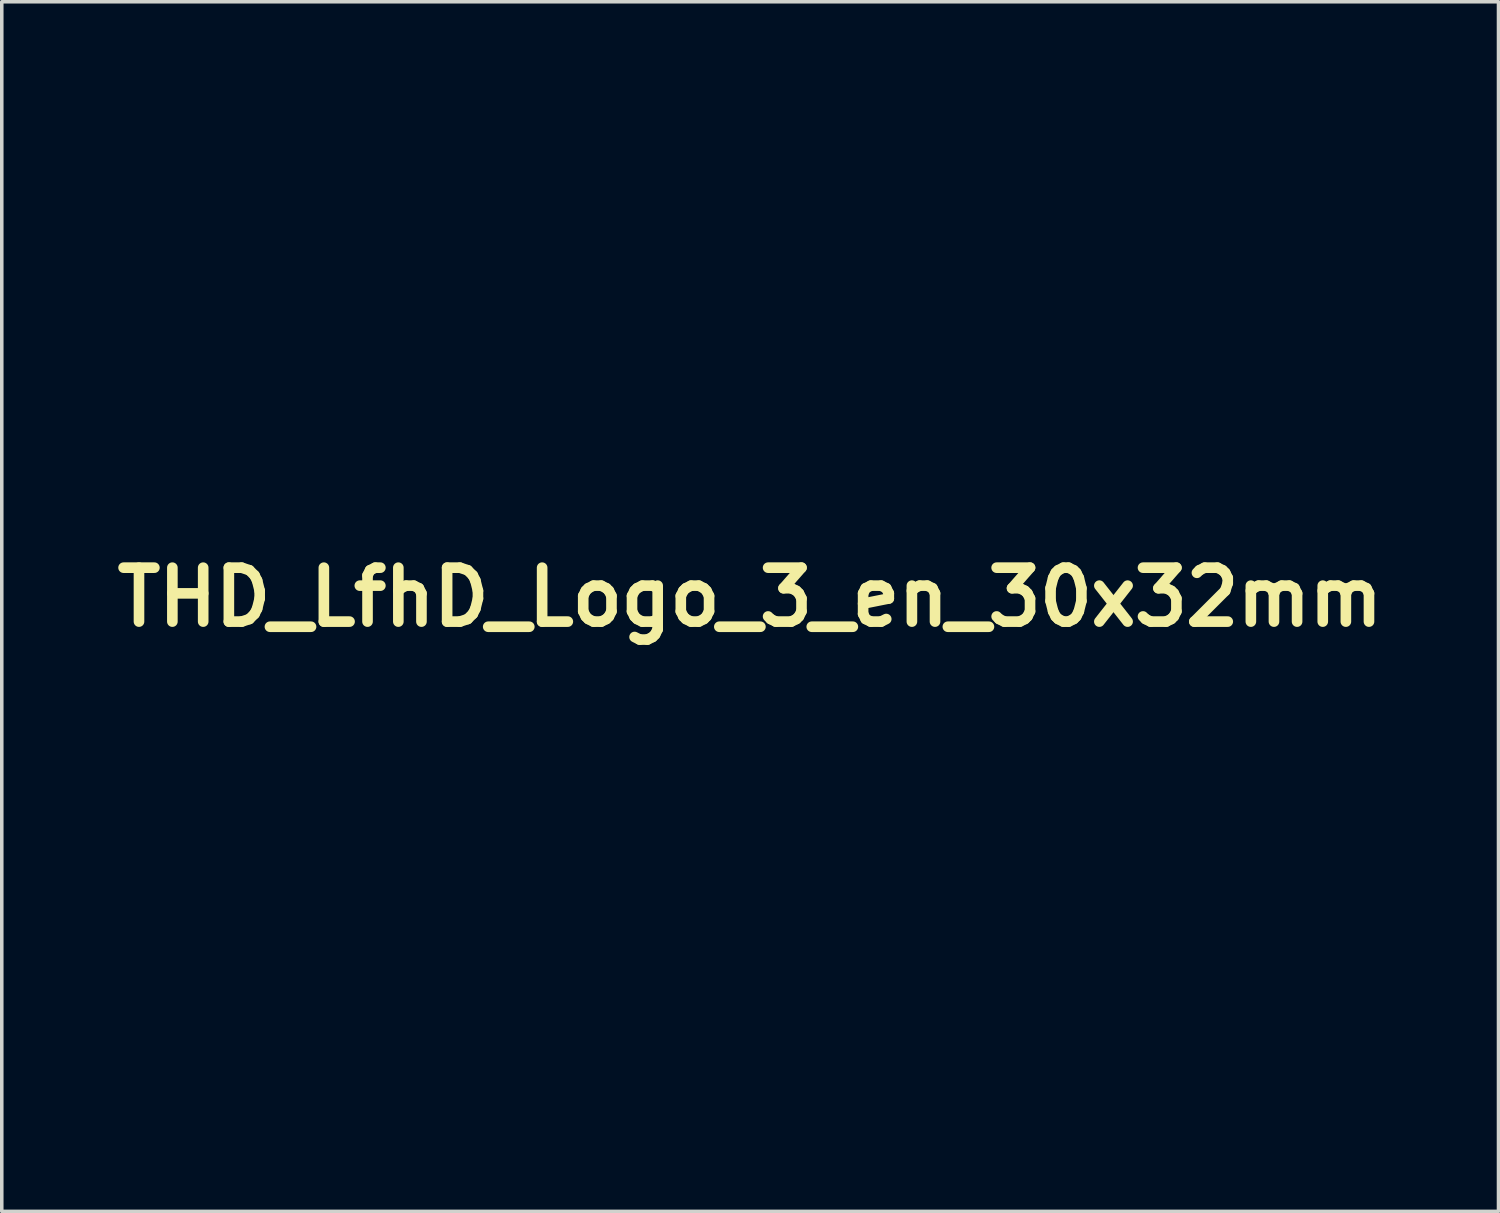
<source format=kicad_pcb>
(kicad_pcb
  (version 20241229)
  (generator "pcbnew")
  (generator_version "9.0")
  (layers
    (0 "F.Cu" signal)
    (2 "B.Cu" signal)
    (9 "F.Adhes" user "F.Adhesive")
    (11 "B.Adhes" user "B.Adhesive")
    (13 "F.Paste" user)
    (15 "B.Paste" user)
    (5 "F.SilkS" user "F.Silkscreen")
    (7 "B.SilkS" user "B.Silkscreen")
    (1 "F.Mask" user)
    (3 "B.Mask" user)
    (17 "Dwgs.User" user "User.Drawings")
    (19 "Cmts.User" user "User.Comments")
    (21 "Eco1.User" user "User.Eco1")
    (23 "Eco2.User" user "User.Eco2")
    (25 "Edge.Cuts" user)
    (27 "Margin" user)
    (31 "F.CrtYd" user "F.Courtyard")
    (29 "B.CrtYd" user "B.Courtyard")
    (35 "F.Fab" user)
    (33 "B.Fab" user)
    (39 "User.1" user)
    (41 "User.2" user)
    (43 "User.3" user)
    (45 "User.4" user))
  (footprint "THD_LfhD_Logo_3_en_30x32mm"
    (layer "F.Cu")
    (at 18.15 13.828)
    (property "Reference" "THD_LfhD_Logo_3_en_30x32mm" (at 0 0 0) (layer "F.SilkS") (effects (font (size 1.524 1.524) (thickness 0.3))))
    (attr through_hole)
    (fp_poly (pts (xy -10.035 -1.744) (xy -9.78 -1.715) (xy -9.78 0.603) (xy -10.035 0.632) (xy -10.29 0.661) (xy -10.29 -1.774) (xy -10.035 -1.744)) (stroke (width 0.01) (type solid)) (fill yes) (layer "F.Mask"))
    (fp_poly (pts (xy 0.626 -1.744) (xy 0.881 -1.715) (xy 0.907 -0.533) (xy 0.933 0.649) (xy 0.371 0.649) (xy 0.371 -1.774) (xy 0.626 -1.744)) (stroke (width 0.01) (type solid)) (fill yes) (layer "F.Mask"))
    (fp_poly (pts (xy -6.356 -1.715) (xy -6.276 -1.637) (xy -6.258 -1.499) (xy -6.246 -1.218) (xy -6.241 -0.837) (xy -6.243 -0.455) (xy -6.257 0.603) (xy -6.512 0.632) (xy -6.767 0.661) (xy -6.767 -1.761) (xy -6.545 -1.761) (xy -6.356 -1.715)) (stroke (width 0.01) (type solid)) (fill yes) (layer "F.Mask"))
    (fp_poly (pts (xy -1.236 -1.755) (xy -1.17 -1.714) (xy -1.133 -1.604) (xy -1.117 -1.391) (xy -1.113 -1.042) (xy -1.112 -0.834) (xy -1.112 0.093) (xy 0.093 0.093) (xy 0.093 0.649) (xy -0.765 0.649) (xy -1.622 0.649) (xy -1.566 -1.761) (xy -1.339 -1.761) (xy -1.236 -1.755)) (stroke (width 0.01) (type solid)) (fill yes) (layer "F.Mask"))
    (fp_poly (pts (xy -3.893 -1.483) (xy -3.908 -1.305) (xy -3.987 -1.226) (xy -4.185 -1.206) (xy -4.264 -1.205) (xy -4.635 -1.205) (xy -4.635 0.649) (xy -5.099 0.649) (xy -5.099 -1.205) (xy -5.469 -1.205) (xy -5.707 -1.216) (xy -5.813 -1.276) (xy -5.84 -1.423) (xy -5.84 -1.483) (xy -5.84 -1.761) (xy -3.893 -1.761) (xy -3.893 -1.483)) (stroke (width 0.01) (type solid)) (fill yes) (layer "F.Mask"))
    (fp_poly (pts (xy 3.43 -5.562) (xy 3.415 -5.384) (xy 3.336 -5.304) (xy 3.139 -5.284) (xy 3.059 -5.284) (xy 2.688 -5.284) (xy 2.688 -3.43) (xy 2.225 -3.43) (xy 2.225 -5.284) (xy 1.854 -5.284) (xy 1.616 -5.295) (xy 1.511 -5.354) (xy 1.484 -5.502) (xy 1.483 -5.562) (xy 1.483 -5.84) (xy 3.43 -5.84) (xy 3.43 -5.562)) (stroke (width 0.01) (type solid)) (fill yes) (layer "F.Mask"))
    (fp_poly (pts (xy 4.82 -13.534) (xy 4.806 -13.356) (xy 4.726 -13.277) (xy 4.529 -13.257) (xy 4.45 -13.256) (xy 4.079 -13.256) (xy 4.079 -11.402) (xy 3.615 -11.402) (xy 3.615 -13.256) (xy 3.245 -13.256) (xy 3.007 -13.267) (xy 2.901 -13.327) (xy 2.874 -13.475) (xy 2.874 -13.534) (xy 2.874 -13.812) (xy 4.82 -13.812) (xy 4.82 -13.534)) (stroke (width 0.01) (type solid)) (fill yes) (layer "F.Mask"))
    (fp_poly (pts (xy -2.41 14.183) (xy -3.971 14.183) (xy -4.491 14.18) (xy -4.945 14.17) (xy -5.301 14.155) (xy -5.528 14.137) (xy -5.593 14.121) (xy -5.605 14.019) (xy -5.616 13.75) (xy -5.626 13.33) (xy -5.635 12.778) (xy -5.643 12.111) (xy -5.649 11.348) (xy -5.653 10.505) (xy -5.655 9.601) (xy -5.655 9.347) (xy -5.655 4.635) (xy -2.41 4.635) (xy -2.41 14.183)) (stroke (width 0.01) (type solid)) (fill yes) (layer "F.Mask"))
    (fp_poly (pts (xy 4.705 3.08) (xy 6.257 3.105) (xy 6.257 14.23) (xy 4.769 14.255) (xy 4.261 14.26) (xy 3.819 14.257) (xy 3.477 14.246) (xy 3.266 14.23) (xy 3.216 14.216) (xy 3.204 14.115) (xy 3.194 13.844) (xy 3.184 13.42) (xy 3.175 12.86) (xy 3.167 12.179) (xy 3.161 11.395) (xy 3.156 10.523) (xy 3.153 9.579) (xy 3.152 8.603) (xy 3.152 3.055) (xy 4.705 3.08)) (stroke (width 0.01) (type solid)) (fill yes) (layer "F.Mask"))
    (fp_poly (pts (xy 2.295 8.691) (xy 2.271 14.322) (xy 1.923 14.351) (xy 1.649 14.34) (xy 1.529 14.258) (xy 1.516 14.137) (xy 1.503 13.855) (xy 1.49 13.438) (xy 1.478 12.913) (xy 1.468 12.304) (xy 1.46 11.637) (xy 1.46 11.634) (xy 1.437 9.131) (xy -0.093 9.121) (xy -1.622 9.111) (xy -1.651 8.681) (xy -1.679 8.25) (xy 1.483 8.25) (xy 1.483 3.059) (xy 2.319 3.059) (xy 2.295 8.691)) (stroke (width 0.01) (type solid)) (fill yes) (layer "F.Mask"))
    (fp_poly (pts (xy 7.509 -1.483) (xy 7.494 -1.305) (xy 7.415 -1.226) (xy 7.218 -1.206) (xy 7.138 -1.205) (xy 6.767 -1.205) (xy 6.767 0.649) (xy 6.211 0.649) (xy 6.211 -1.205) (xy 5.892 -1.205) (xy 5.615 -1.242) (xy 5.495 -1.362) (xy 5.516 -1.577) (xy 5.557 -1.66) (xy 5.642 -1.713) (xy 5.804 -1.744) (xy 6.079 -1.758) (xy 6.502 -1.761) (xy 6.542 -1.761) (xy 7.509 -1.761) (xy 7.509 -1.483)) (stroke (width 0.01) (type solid)) (fill yes) (layer "F.Mask"))
    (fp_poly (pts (xy 11.378 -1.744) (xy 11.527 -1.698) (xy 11.675 -1.574) (xy 11.851 -1.342) (xy 12.05 -1.026) (xy 12.468 -0.338) (xy 12.495 -1.05) (xy 12.522 -1.761) (xy 13.071 -1.761) (xy 13.071 0.661) (xy 12.776 0.632) (xy 12.619 0.598) (xy 12.482 0.51) (xy 12.333 0.335) (xy 12.139 0.041) (xy 12.057 -0.093) (xy 11.634 -0.788) (xy 11.607 -0.07) (xy 11.59 0.291) (xy 11.565 0.505) (xy 11.517 0.611) (xy 11.433 0.646) (xy 11.352 0.649) (xy 11.124 0.649) (xy 11.124 -1.774) (xy 11.378 -1.744)) (stroke (width 0.01) (type solid)) (fill yes) (layer "F.Mask"))
    (fp_poly (pts (xy 7.935 -1.756) (xy 7.996 -1.722) (xy 8.034 -1.627) (xy 8.055 -1.444) (xy 8.063 -1.142) (xy 8.065 -0.691) (xy 8.065 -0.556) (xy 8.064 -0.065) (xy 8.058 0.27) (xy 8.04 0.48) (xy 8.007 0.593) (xy 7.952 0.639) (xy 7.871 0.649) (xy 7.849 0.649) (xy 7.654 0.625) (xy 7.571 0.587) (xy 7.537 0.463) (xy 7.518 0.199) (xy 7.512 -0.156) (xy 7.519 -0.558) (xy 7.54 -0.96) (xy 7.569 -1.275) (xy 7.612 -1.56) (xy 7.671 -1.706) (xy 7.771 -1.757) (xy 7.846 -1.761) (xy 7.935 -1.756)) (stroke (width 0.01) (type solid)) (fill yes) (layer "F.Mask"))
    (fp_poly (pts (xy -3.731 -9.717) (xy -3.476 -9.687) (xy -3.458 -8.505) (xy -3.439 -7.323) (xy -3.713 -7.323) (xy -3.875 -7.334) (xy -3.955 -7.397) (xy -3.983 -7.561) (xy -3.986 -7.787) (xy -3.986 -8.25) (xy -4.913 -8.25) (xy -4.913 -7.787) (xy -4.919 -7.512) (xy -4.956 -7.376) (xy -5.054 -7.329) (xy -5.194 -7.323) (xy -5.475 -7.323) (xy -5.423 -9.687) (xy -5.168 -9.717) (xy -5.018 -9.723) (xy -4.943 -9.669) (xy -4.916 -9.51) (xy -4.913 -9.276) (xy -4.913 -8.807) (xy -3.986 -8.807) (xy -3.986 -9.276) (xy -3.98 -9.552) (xy -3.946 -9.687) (xy -3.858 -9.726) (xy -3.731 -9.717)) (stroke (width 0.01) (type solid)) (fill yes) (layer "F.Mask"))
    (fp_poly (pts (xy 6.979 -5.803) (xy 7.36 -5.679) (xy 7.608 -5.449) (xy 7.744 -5.094) (xy 7.787 -4.595) (xy 7.787 -4.569) (xy 7.74 -4.111) (xy 7.587 -3.783) (xy 7.313 -3.571) (xy 6.899 -3.459) (xy 6.466 -3.433) (xy 5.747 -3.43) (xy 5.747 -5.284) (xy 6.304 -5.284) (xy 6.304 -3.986) (xy 6.644 -3.986) (xy 6.92 -4.027) (xy 7.139 -4.127) (xy 7.154 -4.14) (xy 7.283 -4.365) (xy 7.319 -4.668) (xy 7.261 -4.964) (xy 7.17 -5.114) (xy 6.931 -5.25) (xy 6.66 -5.284) (xy 6.304 -5.284) (xy 5.747 -5.284) (xy 5.747 -5.84) (xy 6.446 -5.84) (xy 6.979 -5.803)) (stroke (width 0.01) (type solid)) (fill yes) (layer "F.Mask"))
    (fp_poly (pts (xy -3.152 -5.284) (xy -3.801 -5.284) (xy -4.142 -5.279) (xy -4.337 -5.256) (xy -4.426 -5.205) (xy -4.449 -5.113) (xy -4.45 -5.099) (xy -4.431 -4.998) (xy -4.347 -4.942) (xy -4.158 -4.918) (xy -3.847 -4.913) (xy -3.245 -4.913) (xy -3.245 -4.357) (xy -3.847 -4.357) (xy -4.173 -4.351) (xy -4.355 -4.325) (xy -4.433 -4.267) (xy -4.45 -4.172) (xy -4.433 -4.077) (xy -4.358 -4.021) (xy -4.187 -3.994) (xy -3.88 -3.986) (xy -3.754 -3.986) (xy -3.059 -3.986) (xy -3.059 -3.43) (xy -4.009 -3.43) (xy -4.959 -3.43) (xy -4.94 -4.612) (xy -4.921 -5.794) (xy -4.037 -5.82) (xy -3.152 -5.847) (xy -3.152 -5.284)) (stroke (width 0.01) (type solid)) (fill yes) (layer "F.Mask"))
    (fp_poly (pts (xy -2.41 3.986) (xy -7.787 3.986) (xy -7.787 9.085) (xy -7.788 10.231) (xy -7.79 11.204) (xy -7.795 12.016) (xy -7.802 12.678) (xy -7.812 13.203) (xy -7.825 13.602) (xy -7.841 13.888) (xy -7.86 14.073) (xy -7.883 14.169) (xy -7.903 14.189) (xy -8.073 14.202) (xy -8.316 14.224) (xy -8.536 14.23) (xy -8.661 14.205) (xy -8.663 14.203) (xy -8.673 14.103) (xy -8.682 13.835) (xy -8.69 13.416) (xy -8.697 12.862) (xy -8.703 12.191) (xy -8.708 11.419) (xy -8.712 10.563) (xy -8.714 9.642) (xy -8.714 9.069) (xy -8.714 3.986) (xy -14.091 3.986) (xy -14.091 3.059) (xy -2.41 3.059) (xy -2.41 3.986)) (stroke (width 0.01) (type solid)) (fill yes) (layer "F.Mask"))
    (fp_poly (pts (xy -11.982 -1.758) (xy -11.56 -1.745) (xy -11.273 -1.695) (xy -11.068 -1.59) (xy -10.896 -1.408) (xy -10.819 -1.3) (xy -10.707 -1.016) (xy -10.662 -0.635) (xy -10.685 -0.235) (xy -10.775 0.107) (xy -10.815 0.186) (xy -10.994 0.412) (xy -11.237 0.554) (xy -11.583 0.628) (xy -12.055 0.649) (xy -12.7 0.649) (xy -12.7 -1.205) (xy -12.144 -1.205) (xy -12.144 0.093) (xy -11.803 0.093) (xy -11.527 0.052) (xy -11.309 -0.048) (xy -11.294 -0.061) (xy -11.164 -0.286) (xy -11.128 -0.589) (xy -11.187 -0.886) (xy -11.278 -1.036) (xy -11.516 -1.171) (xy -11.787 -1.205) (xy -12.144 -1.205) (xy -12.7 -1.205) (xy -12.7 -1.761) (xy -11.982 -1.758)) (stroke (width 0.01) (type solid)) (fill yes) (layer "F.Mask"))
    (fp_poly (pts (xy -11.773 -9.46) (xy -11.782 -9.306) (xy -11.84 -9.221) (xy -11.992 -9.181) (xy -12.28 -9.16) (xy -12.305 -9.159) (xy -12.623 -9.13) (xy -12.796 -9.076) (xy -12.865 -8.984) (xy -12.868 -8.969) (xy -12.86 -8.875) (xy -12.765 -8.826) (xy -12.543 -8.808) (xy -12.382 -8.807) (xy -12.088 -8.802) (xy -11.935 -8.772) (xy -11.875 -8.693) (xy -11.866 -8.539) (xy -11.866 -8.528) (xy -11.874 -8.369) (xy -11.93 -8.287) (xy -12.08 -8.255) (xy -12.368 -8.25) (xy -12.885 -8.25) (xy -12.885 -7.787) (xy -12.891 -7.512) (xy -12.929 -7.376) (xy -13.026 -7.329) (xy -13.164 -7.323) (xy -13.442 -7.323) (xy -13.442 -9.734) (xy -11.773 -9.734) (xy -11.773 -9.46)) (stroke (width 0.01) (type solid)) (fill yes) (layer "F.Mask"))
    (fp_poly (pts (xy 2.921 -9.719) (xy 3.236 -9.664) (xy 3.451 -9.553) (xy 3.606 -9.37) (xy 3.661 -9.272) (xy 3.753 -8.976) (xy 3.795 -8.595) (xy 3.784 -8.209) (xy 3.719 -7.9) (xy 3.697 -7.85) (xy 3.53 -7.599) (xy 3.311 -7.44) (xy 2.999 -7.355) (xy 2.552 -7.326) (xy 2.48 -7.325) (xy 1.761 -7.323) (xy 1.761 -9.177) (xy 2.318 -9.177) (xy 2.318 -7.88) (xy 2.731 -7.88) (xy 3.024 -7.903) (xy 3.188 -7.986) (xy 3.241 -8.059) (xy 3.326 -8.354) (xy 3.318 -8.682) (xy 3.223 -8.956) (xy 3.184 -9.008) (xy 2.945 -9.143) (xy 2.674 -9.177) (xy 2.318 -9.177) (xy 1.761 -9.177) (xy 1.761 -9.734) (xy 2.463 -9.734) (xy 2.921 -9.719)) (stroke (width 0.01) (type solid)) (fill yes) (layer "F.Mask"))
    (fp_poly (pts (xy 5.377 -5.292) (xy 4.705 -5.265) (xy 4.341 -5.241) (xy 4.131 -5.202) (xy 4.042 -5.14) (xy 4.032 -5.099) (xy 4.077 -5.019) (xy 4.232 -4.968) (xy 4.53 -4.939) (xy 4.658 -4.932) (xy 4.989 -4.914) (xy 5.177 -4.885) (xy 5.261 -4.824) (xy 5.283 -4.713) (xy 5.284 -4.635) (xy 5.277 -4.492) (xy 5.227 -4.409) (xy 5.095 -4.367) (xy 4.838 -4.346) (xy 4.658 -4.338) (xy 4.309 -4.313) (xy 4.112 -4.27) (xy 4.036 -4.2) (xy 4.032 -4.172) (xy 4.075 -4.095) (xy 4.222 -4.045) (xy 4.507 -4.015) (xy 4.705 -4.005) (xy 5.377 -3.978) (xy 5.377 -3.43) (xy 3.523 -3.43) (xy 3.523 -5.84) (xy 5.377 -5.84) (xy 5.377 -5.292)) (stroke (width 0.01) (type solid)) (fill yes) (layer "F.Mask"))
    (fp_poly (pts (xy -9.363 9.455) (xy -9.363 10.526) (xy -9.364 11.425) (xy -9.367 12.169) (xy -9.372 12.771) (xy -9.379 13.247) (xy -9.388 13.612) (xy -9.402 13.88) (xy -9.419 14.066) (xy -9.441 14.184) (xy -9.467 14.25) (xy -9.499 14.279) (xy -9.525 14.284) (xy -9.783 14.293) (xy -10.152 14.3) (xy -10.591 14.305) (xy -11.06 14.308) (xy -11.519 14.308) (xy -11.926 14.306) (xy -12.242 14.302) (xy -12.427 14.295) (xy -12.452 14.292) (xy -12.486 14.274) (xy -12.515 14.226) (xy -12.539 14.131) (xy -12.559 13.976) (xy -12.574 13.746) (xy -12.586 13.425) (xy -12.595 13) (xy -12.601 12.455) (xy -12.604 11.776) (xy -12.606 10.947) (xy -12.607 9.955) (xy -12.607 9.449) (xy -12.607 4.635) (xy -9.363 4.635) (xy -9.363 9.455)) (stroke (width 0.01) (type solid)) (fill yes) (layer "F.Mask"))
    (fp_poly (pts (xy 13.812 -9.177) (xy 13.164 -9.177) (xy 12.822 -9.172) (xy 12.627 -9.15) (xy 12.538 -9.098) (xy 12.515 -9.007) (xy 12.515 -8.992) (xy 12.533 -8.892) (xy 12.617 -8.836) (xy 12.807 -8.812) (xy 13.117 -8.807) (xy 13.72 -8.807) (xy 13.72 -8.25) (xy 13.117 -8.25) (xy 12.791 -8.245) (xy 12.609 -8.219) (xy 12.531 -8.161) (xy 12.515 -8.065) (xy 12.532 -7.967) (xy 12.612 -7.911) (xy 12.794 -7.886) (xy 13.119 -7.88) (xy 13.153 -7.88) (xy 13.49 -7.875) (xy 13.685 -7.852) (xy 13.783 -7.796) (xy 13.826 -7.692) (xy 13.835 -7.65) (xy 13.851 -7.458) (xy 13.83 -7.372) (xy 13.722 -7.351) (xy 13.472 -7.335) (xy 13.12 -7.325) (xy 12.87 -7.323) (xy 11.958 -7.323) (xy 11.958 -9.734) (xy 13.812 -9.734) (xy 13.812 -9.177)) (stroke (width 0.01) (type solid)) (fill yes) (layer "F.Mask"))
    (fp_poly (pts (xy -2.916 -13.78) (xy -2.57 -13.62) (xy -2.288 -13.338) (xy -2.13 -13.019) (xy -2.058 -12.551) (xy -2.144 -12.125) (xy -2.365 -11.772) (xy -2.702 -11.522) (xy -3.132 -11.406) (xy -3.238 -11.402) (xy -3.561 -11.427) (xy -3.794 -11.523) (xy -3.971 -11.666) (xy -4.214 -11.961) (xy -4.333 -12.301) (xy -4.34 -12.607) (xy -3.893 -12.607) (xy -3.816 -12.295) (xy -3.612 -12.075) (xy -3.329 -11.969) (xy -3.011 -11.998) (xy -2.802 -12.103) (xy -2.642 -12.293) (xy -2.596 -12.582) (xy -2.663 -12.939) (xy -2.858 -13.167) (xy -3.173 -13.255) (xy -3.213 -13.256) (xy -3.548 -13.178) (xy -3.787 -12.967) (xy -3.892 -12.658) (xy -3.893 -12.607) (xy -4.34 -12.607) (xy -4.343 -12.738) (xy -4.331 -12.867) (xy -4.209 -13.27) (xy -3.971 -13.566) (xy -3.652 -13.751) (xy -3.288 -13.823) (xy -2.916 -13.78)) (stroke (width 0.01) (type solid)) (fill yes) (layer "F.Mask"))
    (fp_poly (pts (xy 6.392 -13.732) (xy 6.751 -13.501) (xy 6.993 -13.132) (xy 7.047 -12.971) (xy 7.091 -12.498) (xy 6.976 -12.053) (xy 6.717 -11.687) (xy 6.666 -11.641) (xy 6.297 -11.443) (xy 5.875 -11.39) (xy 5.461 -11.482) (xy 5.2 -11.641) (xy 4.92 -11.991) (xy 4.783 -12.426) (xy 4.788 -12.561) (xy 5.293 -12.561) (xy 5.376 -12.254) (xy 5.428 -12.164) (xy 5.643 -12.002) (xy 5.933 -11.956) (xy 6.228 -12.027) (xy 6.396 -12.144) (xy 6.544 -12.406) (xy 6.573 -12.724) (xy 6.481 -13.016) (xy 6.428 -13.087) (xy 6.203 -13.216) (xy 5.9 -13.252) (xy 5.604 -13.193) (xy 5.453 -13.103) (xy 5.319 -12.87) (xy 5.293 -12.561) (xy 4.788 -12.561) (xy 4.801 -12.899) (xy 4.819 -12.971) (xy 5.015 -13.386) (xy 5.335 -13.667) (xy 5.761 -13.802) (xy 5.933 -13.812) (xy 6.392 -13.732)) (stroke (width 0.01) (type solid)) (fill yes) (layer "F.Mask"))
    (fp_poly (pts (xy 11.605 -13.795) (xy 11.68 -13.755) (xy 11.634 -13.656) (xy 11.512 -13.44) (xy 11.336 -13.148) (xy 11.263 -13.029) (xy 11.048 -12.666) (xy 10.921 -12.393) (xy 10.861 -12.149) (xy 10.846 -11.881) (xy 10.839 -11.6) (xy 10.803 -11.458) (xy 10.716 -11.408) (xy 10.614 -11.402) (xy 10.481 -11.415) (xy 10.412 -11.486) (xy 10.386 -11.658) (xy 10.382 -11.911) (xy 10.37 -12.192) (xy 10.316 -12.43) (xy 10.199 -12.685) (xy 9.998 -13.02) (xy 9.965 -13.071) (xy 9.774 -13.374) (xy 9.629 -13.614) (xy 9.554 -13.751) (xy 9.548 -13.767) (xy 9.629 -13.799) (xy 9.822 -13.812) (xy 10.008 -13.783) (xy 10.158 -13.668) (xy 10.323 -13.426) (xy 10.341 -13.395) (xy 10.49 -13.16) (xy 10.606 -13.009) (xy 10.646 -12.978) (xy 10.721 -13.053) (xy 10.844 -13.244) (xy 10.929 -13.395) (xy 11.084 -13.653) (xy 11.225 -13.778) (xy 11.4 -13.812) (xy 11.415 -13.812) (xy 11.605 -13.795)) (stroke (width 0.01) (type solid)) (fill yes) (layer "F.Mask"))
    (fp_poly (pts (xy -9.979 -9.712) (xy -9.75 -9.62) (xy -9.508 -9.421) (xy -9.325 -9.234) (xy -9.226 -9.069) (xy -9.185 -8.855) (xy -9.177 -8.528) (xy -9.185 -8.199) (xy -9.226 -7.987) (xy -9.326 -7.821) (xy -9.508 -7.636) (xy -9.752 -7.436) (xy -9.981 -7.345) (xy -10.29 -7.323) (xy -10.601 -7.345) (xy -10.83 -7.437) (xy -11.071 -7.636) (xy -11.254 -7.822) (xy -11.354 -7.988) (xy -11.394 -8.202) (xy -11.402 -8.528) (xy -10.939 -8.528) (xy -10.901 -8.236) (xy -10.769 -8.051) (xy -10.733 -8.024) (xy -10.417 -7.896) (xy -10.089 -7.914) (xy -9.826 -8.065) (xy -9.656 -8.344) (xy -9.638 -8.643) (xy -9.754 -8.913) (xy -9.983 -9.107) (xy -10.29 -9.177) (xy -10.631 -9.103) (xy -10.853 -8.892) (xy -10.938 -8.559) (xy -10.939 -8.528) (xy -11.402 -8.528) (xy -11.394 -8.857) (xy -11.353 -9.07) (xy -11.253 -9.236) (xy -11.071 -9.421) (xy -10.828 -9.621) (xy -10.599 -9.712) (xy -10.29 -9.734) (xy -9.979 -9.712)) (stroke (width 0.01) (type solid)) (fill yes) (layer "F.Mask"))
    (fp_poly (pts (xy 9.891 -1.736) (xy 10.125 -1.635) (xy 10.359 -1.445) (xy 10.55 -1.257) (xy 10.654 -1.093) (xy 10.696 -0.884) (xy 10.704 -0.56) (xy 10.704 -0.556) (xy 10.696 -0.231) (xy 10.654 -0.021) (xy 10.552 0.143) (xy 10.361 0.331) (xy 10.359 0.333) (xy 10.108 0.534) (xy 9.877 0.626) (xy 9.573 0.648) (xy 9.203 0.609) (xy 8.931 0.477) (xy 8.885 0.44) (xy 8.601 0.128) (xy 8.462 -0.232) (xy 8.436 -0.555) (xy 8.436 -0.556) (xy 8.899 -0.556) (xy 8.977 -0.244) (xy 9.181 -0.024) (xy 9.464 0.082) (xy 9.782 0.053) (xy 9.991 -0.052) (xy 10.151 -0.242) (xy 10.197 -0.531) (xy 10.13 -0.888) (xy 9.934 -1.115) (xy 9.62 -1.204) (xy 9.58 -1.205) (xy 9.245 -1.127) (xy 9.006 -0.916) (xy 8.901 -0.607) (xy 8.899 -0.556) (xy 8.436 -0.556) (xy 8.509 -1.043) (xy 8.72 -1.415) (xy 9.056 -1.658) (xy 9.506 -1.759) (xy 9.593 -1.761) (xy 9.891 -1.736)) (stroke (width 0.01) (type solid)) (fill yes) (layer "F.Mask"))
    (fp_poly (pts (xy -7.936 -1.743) (xy -7.72 -1.67) (xy -7.522 -1.51) (xy -7.502 -1.49) (xy -7.3 -1.26) (xy -7.245 -1.102) (xy -7.333 -0.979) (xy -7.425 -0.922) (xy -7.594 -0.871) (xy -7.743 -0.954) (xy -7.799 -1.012) (xy -8.064 -1.172) (xy -8.385 -1.188) (xy -8.693 -1.061) (xy -8.849 -0.852) (xy -8.905 -0.561) (xy -8.86 -0.266) (xy -8.73 -0.061) (xy -8.564 0.021) (xy -8.319 0.075) (xy -8.053 0.095) (xy -7.828 0.081) (xy -7.703 0.026) (xy -7.694 0) (xy -7.775 -0.065) (xy -7.969 -0.093) (xy -7.972 -0.093) (xy -8.169 -0.116) (xy -8.242 -0.224) (xy -8.25 -0.371) (xy -8.25 -0.649) (xy -7.138 -0.649) (xy -7.138 -0.318) (xy -7.163 -0.043) (xy -7.225 0.175) (xy -7.23 0.184) (xy -7.433 0.394) (xy -7.759 0.555) (xy -8.15 0.641) (xy -8.304 0.649) (xy -8.601 0.618) (xy -8.84 0.501) (xy -9.024 0.344) (xy -9.323 -0.046) (xy -9.446 -0.47) (xy -9.393 -0.902) (xy -9.164 -1.316) (xy -9.042 -1.452) (xy -8.826 -1.642) (xy -8.622 -1.733) (xy -8.342 -1.761) (xy -8.253 -1.761) (xy -7.936 -1.743)) (stroke (width 0.01) (type solid)) (fill yes) (layer "F.Mask"))
    (fp_poly (pts (xy -2.986 -1.707) (xy -2.893 -1.663) (xy -2.803 -1.556) (xy -2.7 -1.358) (xy -2.564 -1.041) (xy -2.388 -0.605) (xy -2.222 -0.182) (xy -2.085 0.178) (xy -1.989 0.441) (xy -1.947 0.571) (xy -1.947 0.577) (xy -2.026 0.631) (xy -2.176 0.649) (xy -2.393 0.577) (xy -2.549 0.371) (xy -2.662 0.196) (xy -2.806 0.115) (xy -3.051 0.093) (xy -3.116 0.093) (xy -3.383 0.105) (xy -3.529 0.165) (xy -3.618 0.306) (xy -3.644 0.371) (xy -3.763 0.576) (xy -3.944 0.647) (xy -4.006 0.649) (xy -4.193 0.641) (xy -4.264 0.624) (xy -4.233 0.533) (xy -4.147 0.302) (xy -4.018 -0.036) (xy -3.86 -0.45) (xy -3.818 -0.558) (xy -3.81 -0.58) (xy -3.317 -0.58) (xy -3.308 -0.487) (xy -3.19 -0.464) (xy -3.099 -0.464) (xy -2.931 -0.487) (xy -2.904 -0.592) (xy -2.924 -0.672) (xy -3.025 -0.912) (xy -3.125 -0.967) (xy -3.224 -0.839) (xy -3.241 -0.797) (xy -3.317 -0.58) (xy -3.81 -0.58) (xy -3.637 -1.025) (xy -3.503 -1.346) (xy -3.401 -1.548) (xy -3.314 -1.658) (xy -3.223 -1.705) (xy -3.114 -1.715) (xy -3.101 -1.715) (xy -2.986 -1.707)) (stroke (width 0.01) (type solid)) (fill yes) (layer "F.Mask"))
    (fp_poly (pts (xy 8.228 -9.679) (xy 8.322 -9.637) (xy 8.411 -9.532) (xy 8.514 -9.337) (xy 8.649 -9.024) (xy 8.829 -8.577) (xy 8.994 -8.154) (xy 9.132 -7.794) (xy 9.228 -7.532) (xy 9.269 -7.401) (xy 9.27 -7.395) (xy 9.19 -7.344) (xy 8.999 -7.323) (xy 8.797 -7.356) (xy 8.697 -7.492) (xy 8.668 -7.601) (xy 8.618 -7.767) (xy 8.528 -7.849) (xy 8.343 -7.877) (xy 8.142 -7.88) (xy 7.861 -7.87) (xy 7.706 -7.822) (xy 7.616 -7.705) (xy 7.573 -7.601) (xy 7.454 -7.396) (xy 7.273 -7.326) (xy 7.21 -7.323) (xy 7.024 -7.331) (xy 6.954 -7.347) (xy 6.985 -7.437) (xy 7.071 -7.668) (xy 7.198 -8.007) (xy 7.355 -8.421) (xy 7.396 -8.528) (xy 7.407 -8.557) (xy 7.901 -8.557) (xy 7.907 -8.461) (xy 8.016 -8.436) (xy 8.111 -8.436) (xy 8.284 -8.46) (xy 8.34 -8.505) (xy 8.296 -8.63) (xy 8.208 -8.807) (xy 8.079 -9.038) (xy 7.979 -8.777) (xy 7.901 -8.557) (xy 7.407 -8.557) (xy 7.576 -8.996) (xy 7.708 -9.317) (xy 7.809 -9.519) (xy 7.896 -9.63) (xy 7.986 -9.677) (xy 8.095 -9.687) (xy 8.112 -9.687) (xy 8.228 -9.679)) (stroke (width 0.01) (type solid)) (fill yes) (layer "F.Mask"))
    (fp_poly (pts (xy -10.661 -11.958) (xy -10.055 -11.958) (xy -9.723 -11.952) (xy -9.529 -11.922) (xy -9.425 -11.855) (xy -9.369 -11.75) (xy -9.3 -11.618) (xy -9.245 -11.655) (xy -9.234 -11.68) (xy -9.181 -11.82) (xy -9.079 -12.092) (xy -8.944 -12.455) (xy -8.854 -12.695) (xy -8.335 -12.695) (xy -8.303 -12.557) (xy -8.174 -12.515) (xy -8.158 -12.515) (xy -8.009 -12.563) (xy -7.976 -12.63) (xy -8.02 -12.795) (xy -8.101 -12.966) (xy -8.223 -13.186) (xy -8.282 -12.966) (xy -8.335 -12.695) (xy -8.854 -12.695) (xy -8.818 -12.793) (xy -8.657 -13.218) (xy -8.537 -13.498) (xy -8.44 -13.666) (xy -8.346 -13.752) (xy -8.236 -13.787) (xy -8.185 -13.794) (xy -8.076 -13.799) (xy -7.988 -13.771) (xy -7.905 -13.684) (xy -7.811 -13.512) (xy -7.688 -13.229) (xy -7.522 -12.808) (xy -7.446 -12.612) (xy -6.976 -11.402) (xy -7.247 -11.402) (xy -7.459 -11.441) (xy -7.581 -11.593) (xy -7.615 -11.68) (xy -7.689 -11.847) (xy -7.798 -11.929) (xy -8.001 -11.956) (xy -8.172 -11.958) (xy -8.45 -11.949) (xy -8.603 -11.9) (xy -8.688 -11.783) (xy -8.728 -11.68) (xy -8.825 -11.402) (xy -11.124 -11.402) (xy -11.124 -13.812) (xy -10.661 -13.812) (xy -10.661 -11.958)) (stroke (width 0.01) (type solid)) (fill yes) (layer "F.Mask"))
    (fp_poly (pts (xy -7.619 -9.729) (xy -7.36 -9.706) (xy -7.19 -9.656) (xy -7.059 -9.567) (xy -6.995 -9.506) (xy -6.837 -9.289) (xy -6.767 -9.073) (xy -6.767 -9.063) (xy -6.829 -8.794) (xy -6.982 -8.567) (xy -7.18 -8.443) (xy -7.238 -8.436) (xy -7.321 -8.417) (xy -7.316 -8.341) (xy -7.212 -8.177) (xy -7.047 -7.964) (xy -6.855 -7.709) (xy -6.721 -7.507) (xy -6.674 -7.408) (xy -6.754 -7.347) (xy -6.93 -7.323) (xy -7.115 -7.364) (xy -7.3 -7.507) (xy -7.51 -7.764) (xy -7.733 -8.023) (xy -7.942 -8.193) (xy -8.043 -8.234) (xy -8.165 -8.235) (xy -8.227 -8.164) (xy -8.248 -7.978) (xy -8.25 -7.793) (xy -8.256 -7.517) (xy -8.293 -7.378) (xy -8.387 -7.329) (xy -8.528 -7.323) (xy -8.807 -7.323) (xy -8.807 -8.987) (xy -8.25 -8.987) (xy -8.229 -8.873) (xy -8.135 -8.822) (xy -7.92 -8.818) (xy -7.811 -8.825) (xy -7.521 -8.862) (xy -7.376 -8.938) (xy -7.341 -9.015) (xy -7.35 -9.112) (xy -7.452 -9.161) (xy -7.687 -9.177) (xy -7.78 -9.177) (xy -8.06 -9.168) (xy -8.201 -9.128) (xy -8.248 -9.039) (xy -8.25 -8.987) (xy -8.807 -8.987) (xy -8.807 -9.734) (xy -8.014 -9.734) (xy -7.619 -9.729)) (stroke (width 0.01) (type solid)) (fill yes) (layer "F.Mask"))
    (fp_poly (pts (xy -2.113 -9.716) (xy -2.086 -9.714) (xy -1.968 -9.693) (xy -1.872 -9.638) (xy -1.778 -9.519) (xy -1.67 -9.308) (xy -1.529 -8.978) (xy -1.368 -8.577) (xy -1.202 -8.154) (xy -1.065 -7.794) (xy -0.969 -7.532) (xy -0.928 -7.401) (xy -0.927 -7.395) (xy -1.007 -7.344) (xy -1.198 -7.323) (xy -1.4 -7.356) (xy -1.5 -7.492) (xy -1.53 -7.601) (xy -1.579 -7.767) (xy -1.67 -7.849) (xy -1.857 -7.877) (xy -2.052 -7.88) (xy -2.331 -7.87) (xy -2.484 -7.822) (xy -2.569 -7.706) (xy -2.61 -7.601) (xy -2.717 -7.399) (xy -2.89 -7.328) (xy -2.983 -7.323) (xy -3.167 -7.344) (xy -3.23 -7.392) (xy -3.229 -7.394) (xy -3.187 -7.504) (xy -3.095 -7.752) (xy -2.964 -8.105) (xy -2.809 -8.527) (xy -2.799 -8.553) (xy -2.298 -8.553) (xy -2.288 -8.459) (xy -2.17 -8.436) (xy -2.08 -8.436) (xy -1.911 -8.46) (xy -1.884 -8.564) (xy -1.905 -8.644) (xy -2.005 -8.884) (xy -2.106 -8.94) (xy -2.204 -8.811) (xy -2.221 -8.769) (xy -2.298 -8.553) (xy -2.799 -8.553) (xy -2.781 -8.603) (xy -2.61 -9.066) (xy -2.486 -9.381) (xy -2.391 -9.577) (xy -2.308 -9.68) (xy -2.222 -9.717) (xy -2.113 -9.716)) (stroke (width 0.01) (type solid)) (fill yes) (layer "F.Mask"))
    (fp_poly (pts (xy 0.539 -9.729) (xy 0.797 -9.706) (xy 0.968 -9.656) (xy 1.099 -9.567) (xy 1.163 -9.506) (xy 1.32 -9.289) (xy 1.39 -9.073) (xy 1.391 -9.063) (xy 1.329 -8.794) (xy 1.176 -8.567) (xy 0.978 -8.443) (xy 0.92 -8.436) (xy 0.836 -8.417) (xy 0.841 -8.341) (xy 0.946 -8.177) (xy 1.11 -7.964) (xy 1.302 -7.709) (xy 1.437 -7.507) (xy 1.483 -7.408) (xy 1.403 -7.347) (xy 1.228 -7.323) (xy 1.042 -7.364) (xy 0.858 -7.507) (xy 0.648 -7.764) (xy 0.424 -8.023) (xy 0.215 -8.193) (xy 0.115 -8.234) (xy -0.008 -8.235) (xy -0.069 -8.164) (xy -0.091 -7.978) (xy -0.093 -7.793) (xy -0.099 -7.517) (xy -0.135 -7.378) (xy -0.23 -7.329) (xy -0.371 -7.323) (xy -0.649 -7.323) (xy -0.649 -8.987) (xy -0.093 -8.987) (xy -0.072 -8.873) (xy 0.023 -8.822) (xy 0.238 -8.818) (xy 0.347 -8.825) (xy 0.636 -8.862) (xy 0.782 -8.938) (xy 0.817 -9.015) (xy 0.808 -9.112) (xy 0.706 -9.161) (xy 0.47 -9.177) (xy 0.378 -9.177) (xy 0.098 -9.168) (xy -0.043 -9.128) (xy -0.09 -9.039) (xy -0.093 -8.987) (xy -0.649 -8.987) (xy -0.649 -9.734) (xy 0.143 -9.734) (xy 0.539 -9.729)) (stroke (width 0.01) (type solid)) (fill yes) (layer "F.Mask"))
    (fp_poly (pts (xy 10.774 -9.73) (xy 11.032 -9.713) (xy 11.195 -9.67) (xy 11.306 -9.593) (xy 11.395 -9.489) (xy 11.531 -9.26) (xy 11.588 -9.048) (xy 11.588 -9.046) (xy 11.533 -8.811) (xy 11.399 -8.59) (xy 11.235 -8.452) (xy 11.165 -8.436) (xy 11.066 -8.422) (xy 11.049 -8.359) (xy 11.126 -8.219) (xy 11.308 -7.97) (xy 11.356 -7.907) (xy 11.566 -7.619) (xy 11.657 -7.444) (xy 11.633 -7.355) (xy 11.498 -7.325) (xy 11.425 -7.323) (xy 11.239 -7.364) (xy 11.055 -7.507) (xy 10.845 -7.764) (xy 10.621 -8.023) (xy 10.412 -8.193) (xy 10.312 -8.234) (xy 10.189 -8.235) (xy 10.128 -8.164) (xy 10.106 -7.978) (xy 10.104 -7.793) (xy 10.099 -7.517) (xy 10.062 -7.378) (xy 9.967 -7.329) (xy 9.826 -7.323) (xy 9.548 -7.323) (xy 9.548 -8.963) (xy 10.121 -8.963) (xy 10.125 -8.864) (xy 10.216 -8.82) (xy 10.435 -8.819) (xy 10.536 -8.824) (xy 10.825 -8.86) (xy 10.972 -8.932) (xy 11.015 -9.021) (xy 11.011 -9.12) (xy 10.92 -9.164) (xy 10.7 -9.165) (xy 10.6 -9.16) (xy 10.31 -9.124) (xy 10.163 -9.052) (xy 10.121 -8.963) (xy 9.548 -8.963) (xy 9.548 -9.734) (xy 10.376 -9.734) (xy 10.774 -9.73)) (stroke (width 0.01) (type solid)) (fill yes) (layer "F.Mask"))
    (fp_poly (pts (xy -5.92 -5.821) (xy -5.766 -5.781) (xy -5.658 -5.701) (xy -5.572 -5.599) (xy -5.428 -5.323) (xy -5.387 -5.029) (xy -5.442 -4.769) (xy -5.583 -4.592) (xy -5.751 -4.542) (xy -5.9 -4.523) (xy -5.933 -4.498) (xy -5.881 -4.407) (xy -5.745 -4.212) (xy -5.562 -3.965) (xy -5.191 -3.476) (xy -5.492 -3.446) (xy -5.754 -3.464) (xy -5.886 -3.576) (xy -6.08 -3.856) (xy -6.308 -4.109) (xy -6.526 -4.29) (xy -6.684 -4.357) (xy -6.79 -4.329) (xy -6.843 -4.217) (xy -6.859 -3.975) (xy -6.86 -3.893) (xy -6.867 -3.618) (xy -6.906 -3.481) (xy -6.999 -3.434) (xy -7.092 -3.43) (xy -7.268 -3.454) (xy -7.329 -3.499) (xy -7.331 -3.614) (xy -7.333 -3.876) (xy -7.334 -4.245) (xy -7.334 -4.681) (xy -7.334 -5.099) (xy -6.86 -5.099) (xy -6.835 -4.986) (xy -6.729 -4.931) (xy -6.497 -4.914) (xy -6.406 -4.913) (xy -6.072 -4.941) (xy -5.912 -5.025) (xy -5.903 -5.043) (xy -5.884 -5.174) (xy -5.973 -5.248) (xy -6.2 -5.28) (xy -6.412 -5.284) (xy -6.684 -5.273) (xy -6.818 -5.229) (xy -6.859 -5.133) (xy -6.86 -5.099) (xy -7.334 -5.099) (xy -7.333 -5.794) (xy -6.55 -5.82) (xy -6.165 -5.83) (xy -5.92 -5.821)) (stroke (width 0.01) (type solid)) (fill yes) (layer "F.Mask"))
    (fp_poly (pts (xy -5.295 -13.788) (xy -5.126 -13.743) (xy -4.996 -13.659) (xy -4.947 -13.615) (xy -4.76 -13.339) (xy -4.754 -13.042) (xy -4.857 -12.836) (xy -4.933 -12.691) (xy -4.894 -12.552) (xy -4.806 -12.429) (xy -4.68 -12.134) (xy -4.726 -11.816) (xy -4.888 -11.564) (xy -4.995 -11.484) (xy -5.165 -11.435) (xy -5.439 -11.41) (xy -5.855 -11.402) (xy -5.887 -11.402) (xy -6.739 -11.402) (xy -6.733 -12.121) (xy -6.194 -12.121) (xy -6.186 -12.027) (xy -6.091 -11.978) (xy -5.868 -11.96) (xy -5.708 -11.958) (xy -5.411 -11.966) (xy -5.256 -11.999) (xy -5.198 -12.075) (xy -5.191 -12.149) (xy -5.21 -12.259) (xy -5.298 -12.311) (xy -5.499 -12.319) (xy -5.677 -12.311) (xy -5.981 -12.278) (xy -6.14 -12.215) (xy -6.194 -12.121) (xy -6.733 -12.121) (xy -6.73 -12.584) (xy -6.727 -13.015) (xy -6.184 -13.015) (xy -6.033 -12.921) (xy -5.72 -12.886) (xy -5.696 -12.885) (xy -5.437 -12.898) (xy -5.316 -12.95) (xy -5.284 -13.062) (xy -5.284 -13.071) (xy -5.312 -13.187) (xy -5.426 -13.242) (xy -5.675 -13.256) (xy -5.696 -13.256) (xy -5.958 -13.237) (xy -6.134 -13.189) (xy -6.165 -13.164) (xy -6.184 -13.015) (xy -6.727 -13.015) (xy -6.721 -13.766) (xy -5.943 -13.793) (xy -5.551 -13.802) (xy -5.295 -13.788)) (stroke (width 0.01) (type solid)) (fill yes) (layer "F.Mask"))
    (fp_poly (pts (xy 7.393 3.088) (xy 8.084 3.212) (xy 8.688 3.391) (xy 9.303 3.654) (xy 9.433 3.719) (xy 10.157 4.163) (xy 10.832 4.732) (xy 11.43 5.391) (xy 11.922 6.106) (xy 12.282 6.844) (xy 12.453 7.412) (xy 12.504 7.78) (xy 12.533 8.259) (xy 12.541 8.787) (xy 12.526 9.302) (xy 12.491 9.742) (xy 12.449 9.994) (xy 12.167 10.794) (xy 11.729 11.573) (xy 11.162 12.301) (xy 10.493 12.946) (xy 9.751 13.474) (xy 9.085 13.81) (xy 8.774 13.936) (xy 8.509 14.044) (xy 8.389 14.093) (xy 8.2 14.141) (xy 7.898 14.19) (xy 7.625 14.221) (xy 7.045 14.273) (xy 7.045 13.471) (xy 7.578 13.351) (xy 8.319 13.16) (xy 8.923 12.942) (xy 9.439 12.674) (xy 9.917 12.331) (xy 10.265 12.022) (xy 10.848 11.349) (xy 11.281 10.589) (xy 11.561 9.769) (xy 11.685 8.914) (xy 11.649 8.049) (xy 11.452 7.2) (xy 11.091 6.392) (xy 10.898 6.084) (xy 10.557 5.659) (xy 10.135 5.243) (xy 9.668 4.862) (xy 9.191 4.542) (xy 8.74 4.307) (xy 8.35 4.184) (xy 8.215 4.172) (xy 8.017 4.138) (xy 7.926 4.079) (xy 7.806 4.023) (xy 7.571 3.99) (xy 7.457 3.986) (xy 7.045 3.986) (xy 7.045 3.04) (xy 7.393 3.088)) (stroke (width 0.01) (type solid)) (fill yes) (layer "F.Mask"))
    (fp_poly (pts (xy -2.225 -3.986) (xy -1.622 -3.986) (xy -1.296 -3.98) (xy -1.114 -3.955) (xy -1.036 -3.896) (xy -1.02 -3.801) (xy -0.994 -3.634) (xy -0.922 -3.638) (xy -0.807 -3.806) (xy -0.656 -4.132) (xy -0.558 -4.38) (xy -0.41 -4.772) (xy 0.095 -4.772) (xy 0.136 -4.604) (xy 0.278 -4.542) (xy 0.429 -4.584) (xy 0.464 -4.641) (xy 0.423 -4.796) (xy 0.361 -4.932) (xy 0.27 -5.057) (xy 0.193 -5.02) (xy 0.177 -4.995) (xy 0.095 -4.772) (xy -0.41 -4.772) (xy -0.409 -4.773) (xy -0.27 -5.14) (xy -0.165 -5.416) (xy -0.145 -5.469) (xy -0.021 -5.703) (xy 0.151 -5.806) (xy 0.245 -5.821) (xy 0.356 -5.826) (xy 0.446 -5.794) (xy 0.531 -5.7) (xy 0.629 -5.517) (xy 0.757 -5.216) (xy 0.933 -4.772) (xy 0.951 -4.727) (xy 1.116 -4.3) (xy 1.252 -3.934) (xy 1.348 -3.664) (xy 1.39 -3.525) (xy 1.391 -3.518) (xy 1.311 -3.452) (xy 1.154 -3.43) (xy 0.959 -3.481) (xy 0.837 -3.664) (xy 0.82 -3.708) (xy 0.746 -3.875) (xy 0.638 -3.957) (xy 0.435 -3.984) (xy 0.264 -3.986) (xy -0.014 -3.977) (xy -0.167 -3.928) (xy -0.252 -3.811) (xy -0.292 -3.708) (xy -0.389 -3.43) (xy -2.688 -3.43) (xy -2.688 -5.84) (xy -2.225 -5.84) (xy -2.225 -3.986)) (stroke (width 0.01) (type solid)) (fill yes) (layer "F.Mask"))
    (fp_poly (pts (xy 8.697 -13.8) (xy 9.01 -13.751) (xy 9.21 -13.647) (xy 9.335 -13.47) (xy 9.412 -13.232) (xy 9.412 -12.979) (xy 9.318 -12.733) (xy 9.164 -12.558) (xy 9.036 -12.515) (xy 8.935 -12.501) (xy 8.917 -12.439) (xy 8.993 -12.3) (xy 9.172 -12.053) (xy 9.224 -11.986) (xy 9.433 -11.698) (xy 9.525 -11.523) (xy 9.501 -11.434) (xy 9.366 -11.404) (xy 9.293 -11.402) (xy 9.107 -11.443) (xy 8.923 -11.585) (xy 8.713 -11.843) (xy 8.489 -12.102) (xy 8.28 -12.271) (xy 8.18 -12.312) (xy 8.057 -12.314) (xy 7.996 -12.243) (xy 7.974 -12.057) (xy 7.972 -11.872) (xy 7.964 -11.594) (xy 7.926 -11.454) (xy 7.837 -11.406) (xy 7.756 -11.402) (xy 7.561 -11.426) (xy 7.478 -11.464) (xy 7.454 -11.576) (xy 7.435 -11.834) (xy 7.421 -12.203) (xy 7.416 -12.643) (xy 7.416 -12.669) (xy 7.416 -13.071) (xy 7.972 -13.071) (xy 7.997 -12.96) (xy 8.1 -12.904) (xy 8.329 -12.886) (xy 8.436 -12.885) (xy 8.714 -12.895) (xy 8.852 -12.937) (xy 8.897 -13.028) (xy 8.899 -13.071) (xy 8.875 -13.182) (xy 8.771 -13.237) (xy 8.543 -13.255) (xy 8.436 -13.256) (xy 8.158 -13.246) (xy 8.019 -13.205) (xy 7.974 -13.114) (xy 7.972 -13.071) (xy 7.416 -13.071) (xy 7.416 -13.812) (xy 8.236 -13.812) (xy 8.697 -13.8)) (stroke (width 0.01) (type solid)) (fill yes) (layer "F.Mask"))
    (fp_poly (pts (xy 6.071 -8.997) (xy 6.155 -8.654) (xy 6.231 -8.395) (xy 6.286 -8.26) (xy 6.297 -8.25) (xy 6.34 -8.334) (xy 6.402 -8.558) (xy 6.473 -8.876) (xy 6.491 -8.969) (xy 6.564 -9.329) (xy 6.627 -9.546) (xy 6.701 -9.658) (xy 6.805 -9.705) (xy 6.883 -9.717) (xy 7.017 -9.726) (xy 7.096 -9.696) (xy 7.122 -9.597) (xy 7.096 -9.398) (xy 7.021 -9.069) (xy 6.947 -8.776) (xy 6.811 -8.235) (xy 6.711 -7.847) (xy 6.636 -7.588) (xy 6.574 -7.432) (xy 6.514 -7.352) (xy 6.445 -7.324) (xy 6.356 -7.323) (xy 6.304 -7.323) (xy 6.191 -7.324) (xy 6.107 -7.346) (xy 6.04 -7.417) (xy 5.976 -7.565) (xy 5.9 -7.819) (xy 5.799 -8.206) (xy 5.719 -8.52) (xy 5.635 -8.81) (xy 5.569 -8.919) (xy 5.508 -8.85) (xy 5.437 -8.606) (xy 5.43 -8.575) (xy 5.366 -8.322) (xy 5.276 -7.989) (xy 5.225 -7.81) (xy 5.134 -7.528) (xy 5.048 -7.382) (xy 4.928 -7.329) (xy 4.819 -7.323) (xy 4.613 -7.345) (xy 4.51 -7.394) (xy 4.467 -7.523) (xy 4.414 -7.758) (xy 4.4 -7.834) (xy 4.344 -8.112) (xy 4.259 -8.489) (xy 4.165 -8.886) (xy 4.161 -8.899) (xy 4.065 -9.291) (xy 4.014 -9.536) (xy 4.012 -9.668) (xy 4.062 -9.723) (xy 4.17 -9.734) (xy 4.252 -9.734) (xy 4.423 -9.715) (xy 4.515 -9.624) (xy 4.569 -9.411) (xy 4.581 -9.34) (xy 4.649 -8.979) (xy 4.734 -8.616) (xy 4.745 -8.575) (xy 4.848 -8.204) (xy 5.051 -8.946) (xy 5.153 -9.309) (xy 5.232 -9.53) (xy 5.314 -9.647) (xy 5.425 -9.696) (xy 5.577 -9.715) (xy 5.9 -9.743) (xy 6.071 -8.997)) (stroke (width 0.01) (type solid)) (fill yes) (layer "F.Mask"))
    (fp_poly (pts (xy 2.588 -1.758) (xy 2.847 -1.745) (xy 2.989 -1.713) (xy 3.048 -1.658) (xy 3.059 -1.582) (xy 3.006 -1.431) (xy 2.862 -1.179) (xy 2.656 -0.87) (xy 2.549 -0.725) (xy 2.325 -0.42) (xy 2.151 -0.169) (xy 2.052 -0.01) (xy 2.039 0.023) (xy 2.124 0.06) (xy 2.342 0.085) (xy 2.589 0.093) (xy 2.898 0.099) (xy 3.068 0.131) (xy 3.144 0.203) (xy 3.169 0.301) (xy 3.21 0.315) (xy 3.303 0.16) (xy 3.444 -0.159) (xy 3.586 -0.519) (xy 4.11 -0.519) (xy 4.213 -0.467) (xy 4.304 -0.464) (xy 4.482 -0.474) (xy 4.542 -0.496) (xy 4.515 -0.596) (xy 4.448 -0.799) (xy 4.437 -0.832) (xy 4.355 -1.01) (xy 4.28 -1.026) (xy 4.197 -0.871) (xy 4.13 -0.672) (xy 4.11 -0.519) (xy 3.586 -0.519) (xy 3.619 -0.603) (xy 3.793 -1.059) (xy 3.921 -1.37) (xy 4.019 -1.563) (xy 4.106 -1.666) (xy 4.199 -1.707) (xy 4.313 -1.715) (xy 4.428 -1.707) (xy 4.522 -1.664) (xy 4.611 -1.558) (xy 4.715 -1.362) (xy 4.85 -1.048) (xy 5.028 -0.605) (xy 5.194 -0.182) (xy 5.331 0.178) (xy 5.427 0.441) (xy 5.469 0.571) (xy 5.469 0.577) (xy 5.39 0.631) (xy 5.24 0.649) (xy 5.023 0.577) (xy 4.867 0.371) (xy 4.754 0.196) (xy 4.61 0.115) (xy 4.365 0.093) (xy 4.3 0.093) (xy 4.033 0.105) (xy 3.887 0.165) (xy 3.798 0.306) (xy 3.772 0.371) (xy 3.667 0.649) (xy 2.39 0.649) (xy 1.88 0.647) (xy 1.527 0.64) (xy 1.302 0.622) (xy 1.177 0.591) (xy 1.124 0.542) (xy 1.112 0.475) (xy 1.167 0.33) (xy 1.312 0.081) (xy 1.524 -0.23) (xy 1.673 -0.429) (xy 2.233 -1.159) (xy 1.765 -1.187) (xy 1.489 -1.21) (xy 1.351 -1.258) (xy 1.303 -1.36) (xy 1.298 -1.488) (xy 1.298 -1.761) (xy 2.178 -1.761) (xy 2.588 -1.758)) (stroke (width 0.01) (type solid)) (fill yes) (layer "F.Mask"))
    (fp_poly (pts (xy -0.289 -13.788) (xy -0.12 -13.743) (xy 0.01 -13.659) (xy 0.059 -13.615) (xy 0.215 -13.381) (xy 0.273 -13.101) (xy 0.242 -12.829) (xy 0.128 -12.617) (xy -0.061 -12.517) (xy -0.096 -12.515) (xy -0.253 -12.475) (xy -0.243 -12.358) (xy -0.083 -12.182) (xy 0.105 -11.965) (xy 0.249 -11.739) (xy 0.333 -11.602) (xy 0.413 -11.555) (xy 0.499 -11.612) (xy 0.605 -11.792) (xy 0.742 -12.111) (xy 0.923 -12.586) (xy 0.938 -12.628) (xy 1.452 -12.628) (xy 1.473 -12.536) (xy 1.594 -12.515) (xy 1.631 -12.515) (xy 1.799 -12.555) (xy 1.851 -12.63) (xy 1.806 -12.796) (xy 1.729 -12.96) (xy 1.648 -13.091) (xy 1.595 -13.087) (xy 1.535 -12.93) (xy 1.509 -12.844) (xy 1.452 -12.628) (xy 0.938 -12.628) (xy 0.972 -12.72) (xy 1.138 -13.163) (xy 1.26 -13.461) (xy 1.357 -13.643) (xy 1.448 -13.74) (xy 1.55 -13.782) (xy 1.63 -13.793) (xy 1.743 -13.798) (xy 1.833 -13.769) (xy 1.918 -13.678) (xy 2.015 -13.498) (xy 2.142 -13.203) (xy 2.316 -12.765) (xy 2.341 -12.699) (xy 2.506 -12.272) (xy 2.643 -11.906) (xy 2.738 -11.636) (xy 2.78 -11.497) (xy 2.781 -11.49) (xy 2.702 -11.424) (xy 2.544 -11.402) (xy 2.351 -11.452) (xy 2.229 -11.632) (xy 2.209 -11.685) (xy 2.139 -11.851) (xy 2.042 -11.93) (xy 1.86 -11.949) (xy 1.639 -11.94) (xy 1.354 -11.912) (xy 1.202 -11.856) (xy 1.13 -11.745) (xy 1.112 -11.68) (xy 1.069 -11.556) (xy 0.981 -11.483) (xy 0.804 -11.445) (xy 0.492 -11.424) (xy 0.436 -11.421) (xy 0.124 -11.418) (xy -0.099 -11.437) (xy -0.185 -11.473) (xy -0.185 -11.474) (xy -0.251 -11.62) (xy -0.414 -11.827) (xy -0.626 -12.047) (xy -0.838 -12.23) (xy -1 -12.325) (xy -1.027 -12.329) (xy -1.134 -12.303) (xy -1.188 -12.192) (xy -1.205 -11.954) (xy -1.205 -11.866) (xy -1.213 -11.59) (xy -1.251 -11.453) (xy -1.344 -11.406) (xy -1.431 -11.402) (xy -1.619 -11.427) (xy -1.695 -11.472) (xy -1.708 -11.587) (xy -1.718 -11.848) (xy -1.723 -12.217) (xy -1.723 -12.654) (xy -1.72 -13.048) (xy -1.188 -13.048) (xy -1.179 -12.951) (xy -1.077 -12.902) (xy -0.841 -12.886) (xy -0.748 -12.885) (xy -0.468 -12.895) (xy -0.328 -12.934) (xy -0.281 -13.023) (xy -0.278 -13.076) (xy -0.299 -13.19) (xy -0.393 -13.241) (xy -0.609 -13.244) (xy -0.718 -13.238) (xy -1.007 -13.2) (xy -1.152 -13.125) (xy -1.188 -13.048) (xy -1.72 -13.048) (xy -1.715 -13.766) (xy -0.937 -13.793) (xy -0.545 -13.802) (xy -0.289 -13.788)) (stroke (width 0.01) (type solid)) (fill yes) (layer "F.Mask")))
  (gr_rect
    (start -3 -3)
    (end 39.3 31.185)
    (stroke (width 0.1) (type default))
    (fill no)
    (layer "Edge.Cuts")))
</source>
